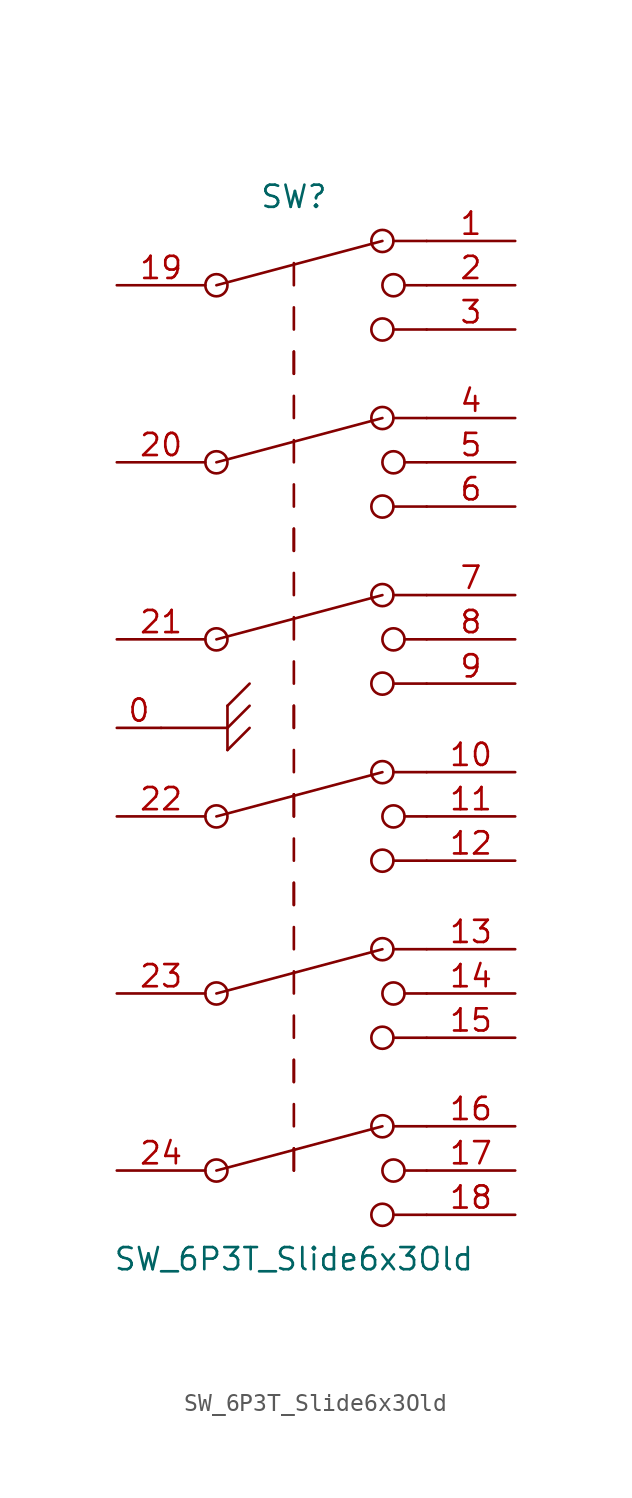
<source format=kicad_sym>
(kicad_symbol_lib
  (version 20211014)
  (generator kicad_symbol_editor)
  (symbol "SW_6P3T_Slide6x3Old"
    (pin_names
      (offset 1.016) hide)
    (property "Reference" "SW"
      (at 0 30.48 0)
      (effects (font (size 1.27 1.27))))
    (property "Value" "SW_6P3T_Slide6x3Old"
      (at 0 -30.48 0)
      (effects (font (size 1.27 1.27))))
    (symbol "SW_6P3T_Slide6x3Old_0_0"
      (circle (center -4.445 -25.4) (radius 0.635) (stroke (width 0) (type default) (color 0 0 0 0)) (fill (type none)))
      (circle (center -4.445 -15.24) (radius 0.635) (stroke (width 0) (type default) (color 0 0 0 0)) (fill (type none)))
      (circle (center -4.445 15.24) (radius 0.635) (stroke (width 0) (type default) (color 0 0 0 0)) (fill (type none)))
      (circle (center -4.445 25.4) (radius 0.635) (stroke (width 0) (type default) (color 0 0 0 0)) (fill (type none)))
      (polyline (pts (xy -4.445 -25.4) (xy 5.08 -22.86)) (stroke (width 0) (type default) (color 0 0 0 0)) (fill (type none)))
      (polyline (pts (xy -4.445 -15.24) (xy 5.08 -12.7)) (stroke (width 0) (type default) (color 0 0 0 0)) (fill (type none)))
      (polyline (pts (xy -4.445 15.24) (xy 5.08 17.78)) (stroke (width 0) (type default) (color 0 0 0 0)) (fill (type none)))
      (polyline (pts (xy -4.445 25.4) (xy 5.08 27.94)) (stroke (width 0) (type default) (color 0 0 0 0)) (fill (type none)))
      (polyline (pts (xy 0 -22.86) (xy 0 -21.59)) (stroke (width 0) (type default) (color 0 0 0 0)) (fill (type none)))
      (polyline (pts (xy 0 -20.32) (xy 0 -19.05)) (stroke (width 0) (type default) (color 0 0 0 0)) (fill (type none)))
      (polyline (pts (xy 0 -20.32) (xy 0 -19.05)) (stroke (width 0) (type default) (color 0 0 0 0)) (fill (type none)))
      (polyline (pts (xy 0 -17.78) (xy 0 -16.51)) (stroke (width 0) (type default) (color 0 0 0 0)) (fill (type none)))
      (polyline (pts (xy 0 -15.24) (xy 0 -13.97)) (stroke (width 0) (type default) (color 0 0 0 0)) (fill (type none)))
      (polyline (pts (xy 0 -12.7) (xy 0 -11.43)) (stroke (width 0) (type default) (color 0 0 0 0)) (fill (type none)))
      (polyline (pts (xy 0 -10.16) (xy 0 -8.89)) (stroke (width 0) (type default) (color 0 0 0 0)) (fill (type none)))
      (polyline (pts (xy 0 -10.16) (xy 0 -8.89)) (stroke (width 0) (type default) (color 0 0 0 0)) (fill (type none)))
      (polyline (pts (xy 0 12.7) (xy 0 13.97)) (stroke (width 0) (type default) (color 0 0 0 0)) (fill (type none)))
      (polyline (pts (xy 0 15.24) (xy 0 16.51)) (stroke (width 0) (type default) (color 0 0 0 0)) (fill (type none)))
      (polyline (pts (xy 0 17.78) (xy 0 19.05)) (stroke (width 0) (type default) (color 0 0 0 0)) (fill (type none)))
      (polyline (pts (xy 0 20.32) (xy 0 21.59)) (stroke (width 0) (type default) (color 0 0 0 0)) (fill (type none)))
      (polyline (pts (xy 0 20.32) (xy 0 21.59)) (stroke (width 0) (type default) (color 0 0 0 0)) (fill (type none)))
      (polyline (pts (xy 0 22.86) (xy 0 24.13)) (stroke (width 0) (type default) (color 0 0 0 0)) (fill (type none)))
      (polyline (pts (xy 0 25.4) (xy 0 26.67)) (stroke (width 0) (type default) (color 0 0 0 0)) (fill (type none)))
      (polyline (pts (xy 5.715 -27.94) (xy 7.62 -27.94)) (stroke (width 0) (type default) (color 0 0 0 0)) (fill (type none)))
      (polyline (pts (xy 5.715 -22.86) (xy 7.62 -22.86)) (stroke (width 0) (type default) (color 0 0 0 0)) (fill (type none)))
      (polyline (pts (xy 5.715 -17.78) (xy 7.62 -17.78)) (stroke (width 0) (type default) (color 0 0 0 0)) (fill (type none)))
      (polyline (pts (xy 5.715 -12.7) (xy 7.62 -12.7)) (stroke (width 0) (type default) (color 0 0 0 0)) (fill (type none)))
      (polyline (pts (xy 5.715 12.7) (xy 7.62 12.7)) (stroke (width 0) (type default) (color 0 0 0 0)) (fill (type none)))
      (polyline (pts (xy 5.715 17.78) (xy 7.62 17.78)) (stroke (width 0) (type default) (color 0 0 0 0)) (fill (type none)))
      (polyline (pts (xy 5.715 22.86) (xy 7.62 22.86)) (stroke (width 0) (type default) (color 0 0 0 0)) (fill (type none)))
      (polyline (pts (xy 5.715 27.94) (xy 7.62 27.94)) (stroke (width 0) (type default) (color 0 0 0 0)) (fill (type none)))
      (polyline (pts (xy 6.35 -25.4) (xy 7.62 -25.4)) (stroke (width 0) (type default) (color 0 0 0 0)) (fill (type none)))
      (polyline (pts (xy 6.35 -15.24) (xy 7.62 -15.24)) (stroke (width 0) (type default) (color 0 0 0 0)) (fill (type none)))
      (polyline (pts (xy 6.35 15.24) (xy 7.62 15.24)) (stroke (width 0) (type default) (color 0 0 0 0)) (fill (type none)))
      (polyline (pts (xy 6.35 25.4) (xy 7.62 25.4)) (stroke (width 0) (type default) (color 0 0 0 0)) (fill (type none)))
      (circle (center 5.08 -27.94) (radius 0.635) (stroke (width 0) (type default) (color 0 0 0 0)) (fill (type none)))
      (circle (center 5.08 -22.86) (radius 0.635) (stroke (width 0) (type default) (color 0 0 0 0)) (fill (type none)))
      (circle (center 5.08 -17.78) (radius 0.635) (stroke (width 0) (type default) (color 0 0 0 0)) (fill (type none)))
      (circle (center 5.08 -12.7) (radius 0.635) (stroke (width 0) (type default) (color 0 0 0 0)) (fill (type none)))
      (circle (center 5.08 12.7) (radius 0.635) (stroke (width 0) (type default) (color 0 0 0 0)) (fill (type none)))
      (circle (center 5.08 17.78) (radius 0.635) (stroke (width 0) (type default) (color 0 0 0 0)) (fill (type none)))
      (circle (center 5.08 22.86) (radius 0.635) (stroke (width 0) (type default) (color 0 0 0 0)) (fill (type none)))
      (circle (center 5.08 27.94) (radius 0.635) (stroke (width 0) (type default) (color 0 0 0 0)) (fill (type none)))
      (circle (center 5.715 -25.4) (radius 0.635) (stroke (width 0) (type default) (color 0 0 0 0)) (fill (type none)))
      (circle (center 5.715 -15.24) (radius 0.635) (stroke (width 0) (type default) (color 0 0 0 0)) (fill (type none)))
      (circle (center 5.715 15.24) (radius 0.635) (stroke (width 0) (type default) (color 0 0 0 0)) (fill (type none)))
      (circle (center 5.715 25.4) (radius 0.635) (stroke (width 0) (type default) (color 0 0 0 0)) (fill (type none))))
    (symbol "SW_6P3T_Slide6x3Old_0_1"
      (polyline (pts (xy -3.81 -1.27) (xy -2.54 0)) (stroke (width 0) (type default) (color 0 0 0 0)) (fill (type none)))
      (polyline (pts (xy -3.81 0) (xy -7.62 0)) (stroke (width 0) (type default) (color 0 0 0 0)) (fill (type none)))
      (polyline (pts (xy -3.81 0) (xy -2.54 1.27)) (stroke (width 0) (type default) (color 0 0 0 0)) (fill (type none)))
      (polyline (pts (xy -3.81 1.27) (xy -3.81 -1.27)) (stroke (width 0) (type default) (color 0 0 0 0)) (fill (type none)))
      (polyline (pts (xy -3.81 1.27) (xy -2.54 2.54)) (stroke (width 0) (type default) (color 0 0 0 0)) (fill (type none)))
      (pin passive line (at 12.7 27.94 180) (length 5.08) (name "1" (effects (font (size 1.27 1.27)))) (number "1" (effects (font (size 1.27 1.27)))))
      (pin passive line (at 12.7 -12.7 180) (length 5.08) (name "13" (effects (font (size 1.27 1.27)))) (number "13" (effects (font (size 1.27 1.27)))))
      (pin passive line (at 12.7 -15.24 180) (length 5.08) (name "14" (effects (font (size 1.27 1.27)))) (number "14" (effects (font (size 1.27 1.27)))))
      (pin passive line (at 12.7 -17.78 180) (length 5.08) (name "15" (effects (font (size 1.27 1.27)))) (number "15" (effects (font (size 1.27 1.27)))))
      (pin passive line (at 12.7 -22.86 180) (length 5.08) (name "16" (effects (font (size 1.27 1.27)))) (number "16" (effects (font (size 1.27 1.27)))))
      (pin passive line (at 12.7 -25.4 180) (length 5.08) (name "17" (effects (font (size 1.27 1.27)))) (number "17" (effects (font (size 1.27 1.27)))))
      (pin passive line (at 12.7 -27.94 180) (length 5.08) (name "18" (effects (font (size 1.27 1.27)))) (number "18" (effects (font (size 1.27 1.27)))))
      (pin passive line (at -10.16 25.4 0) (length 5.08) (name "19" (effects (font (size 1.27 1.27)))) (number "19" (effects (font (size 1.27 1.27)))))
      (pin passive line (at 12.7 25.4 180) (length 5.08) (name "2" (effects (font (size 1.27 1.27)))) (number "2" (effects (font (size 1.27 1.27)))))
      (pin passive line (at -10.16 15.24 0) (length 5.08) (name "20" (effects (font (size 1.27 1.27)))) (number "20" (effects (font (size 1.27 1.27)))))
      (pin passive line (at -10.16 -15.24 0) (length 5.08) (name "23" (effects (font (size 1.27 1.27)))) (number "23" (effects (font (size 1.27 1.27)))))
      (pin passive line (at -10.16 -25.4 0) (length 5.08) (name "24" (effects (font (size 1.27 1.27)))) (number "24" (effects (font (size 1.27 1.27)))))
      (pin passive line (at 12.7 22.86 180) (length 5.08) (name "3" (effects (font (size 1.27 1.27)))) (number "3" (effects (font (size 1.27 1.27)))))
      (pin passive line (at 12.7 17.78 180) (length 5.08) (name "4" (effects (font (size 1.27 1.27)))) (number "4" (effects (font (size 1.27 1.27)))))
      (pin passive line (at 12.7 15.24 180) (length 5.08) (name "5" (effects (font (size 1.27 1.27)))) (number "5" (effects (font (size 1.27 1.27)))))
      (pin passive line (at 12.7 12.7 180) (length 5.08) (name "6" (effects (font (size 1.27 1.27)))) (number "6" (effects (font (size 1.27 1.27))))))
    (symbol "SW_6P3T_Slide6x3Old_1_1"
      (circle (center -4.445 -5.08) (radius 0.635) (stroke (width 0) (type default) (color 0 0 0 0)) (fill (type none)))
      (circle (center -4.445 5.08) (radius 0.635) (stroke (width 0) (type default) (color 0 0 0 0)) (fill (type none)))
      (polyline (pts (xy -4.445 -5.08) (xy 5.08 -2.54)) (stroke (width 0) (type default) (color 0 0 0 0)) (fill (type none)))
      (polyline (pts (xy -4.445 5.08) (xy 5.08 7.62)) (stroke (width 0) (type default) (color 0 0 0 0)) (fill (type none)))
      (polyline (pts (xy 0 -25.4) (xy 0 -24.13)) (stroke (width 0) (type default) (color 0 0 0 0)) (fill (type none)))
      (polyline (pts (xy 0 -25.4) (xy 0 -24.13)) (stroke (width 0) (type default) (color 0 0 0 0)) (fill (type none)))
      (polyline (pts (xy 0 -7.62) (xy 0 -6.35)) (stroke (width 0) (type default) (color 0 0 0 0)) (fill (type none)))
      (polyline (pts (xy 0 -5.08) (xy 0 -3.81)) (stroke (width 0) (type default) (color 0 0 0 0)) (fill (type none)))
      (polyline (pts (xy 0 -5.08) (xy 0 -3.81)) (stroke (width 0) (type default) (color 0 0 0 0)) (fill (type none)))
      (polyline (pts (xy 0 -2.54) (xy 0 -1.27)) (stroke (width 0) (type default) (color 0 0 0 0)) (fill (type none)))
      (polyline (pts (xy 0 0) (xy 0 1.27)) (stroke (width 0) (type default) (color 0 0 0 0)) (fill (type none)))
      (polyline (pts (xy 0 0) (xy 0 1.27)) (stroke (width 0) (type default) (color 0 0 0 0)) (fill (type none)))
      (polyline (pts (xy 0 2.54) (xy 0 3.81)) (stroke (width 0) (type default) (color 0 0 0 0)) (fill (type none)))
      (polyline (pts (xy 0 5.08) (xy 0 6.35)) (stroke (width 0) (type default) (color 0 0 0 0)) (fill (type none)))
      (polyline (pts (xy 0 7.62) (xy 0 8.89)) (stroke (width 0) (type default) (color 0 0 0 0)) (fill (type none)))
      (polyline (pts (xy 0 10.16) (xy 0 11.43)) (stroke (width 0) (type default) (color 0 0 0 0)) (fill (type none)))
      (polyline (pts (xy 0 10.16) (xy 0 11.43)) (stroke (width 0) (type default) (color 0 0 0 0)) (fill (type none)))
      (polyline (pts (xy 5.715 -7.62) (xy 7.62 -7.62)) (stroke (width 0) (type default) (color 0 0 0 0)) (fill (type none)))
      (polyline (pts (xy 5.715 -2.54) (xy 7.62 -2.54)) (stroke (width 0) (type default) (color 0 0 0 0)) (fill (type none)))
      (polyline (pts (xy 5.715 2.54) (xy 7.62 2.54)) (stroke (width 0) (type default) (color 0 0 0 0)) (fill (type none)))
      (polyline (pts (xy 5.715 7.62) (xy 7.62 7.62)) (stroke (width 0) (type default) (color 0 0 0 0)) (fill (type none)))
      (polyline (pts (xy 6.35 -5.08) (xy 7.62 -5.08)) (stroke (width 0) (type default) (color 0 0 0 0)) (fill (type none)))
      (polyline (pts (xy 6.35 5.08) (xy 7.62 5.08)) (stroke (width 0) (type default) (color 0 0 0 0)) (fill (type none)))
      (circle (center 5.08 -7.62) (radius 0.635) (stroke (width 0) (type default) (color 0 0 0 0)) (fill (type none)))
      (circle (center 5.08 -2.54) (radius 0.635) (stroke (width 0) (type default) (color 0 0 0 0)) (fill (type none)))
      (circle (center 5.08 2.54) (radius 0.635) (stroke (width 0) (type default) (color 0 0 0 0)) (fill (type none)))
      (circle (center 5.08 7.62) (radius 0.635) (stroke (width 0) (type default) (color 0 0 0 0)) (fill (type none)))
      (circle (center 5.715 -5.08) (radius 0.635) (stroke (width 0) (type default) (color 0 0 0 0)) (fill (type none)))
      (circle (center 5.715 5.08) (radius 0.635) (stroke (width 0) (type default) (color 0 0 0 0)) (fill (type none)))
      (pin power_in line (at -10.16 0 0) (length 2.54) (name "0" (effects (font (size 1.27 1.27)))) (number "0" (effects (font (size 1.27 1.27)))))
      (pin passive line (at 12.7 -2.54 180) (length 5.08) (name "10" (effects (font (size 1.27 1.27)))) (number "10" (effects (font (size 1.27 1.27)))))
      (pin passive line (at 12.7 -5.08 180) (length 5.08) (name "11" (effects (font (size 1.27 1.27)))) (number "11" (effects (font (size 1.27 1.27)))))
      (pin passive line (at 12.7 -7.62 180) (length 5.08) (name "12" (effects (font (size 1.27 1.27)))) (number "12" (effects (font (size 1.27 1.27)))))
      (pin passive line (at -10.16 5.08 0) (length 5.08) (name "21" (effects (font (size 1.27 1.27)))) (number "21" (effects (font (size 1.27 1.27)))))
      (pin passive line (at -10.16 -5.08 0) (length 5.08) (name "22" (effects (font (size 1.27 1.27)))) (number "22" (effects (font (size 1.27 1.27)))))
      (pin passive line (at 12.7 7.62 180) (length 5.08) (name "7" (effects (font (size 1.27 1.27)))) (number "7" (effects (font (size 1.27 1.27)))))
      (pin passive line (at 12.7 5.08 180) (length 5.08) (name "8" (effects (font (size 1.27 1.27)))) (number "8" (effects (font (size 1.27 1.27)))))
      (pin passive line (at 12.7 2.54 180) (length 5.08) (name "9" (effects (font (size 1.27 1.27)))) (number "9" (effects (font (size 1.27 1.27))))))))
</source>
